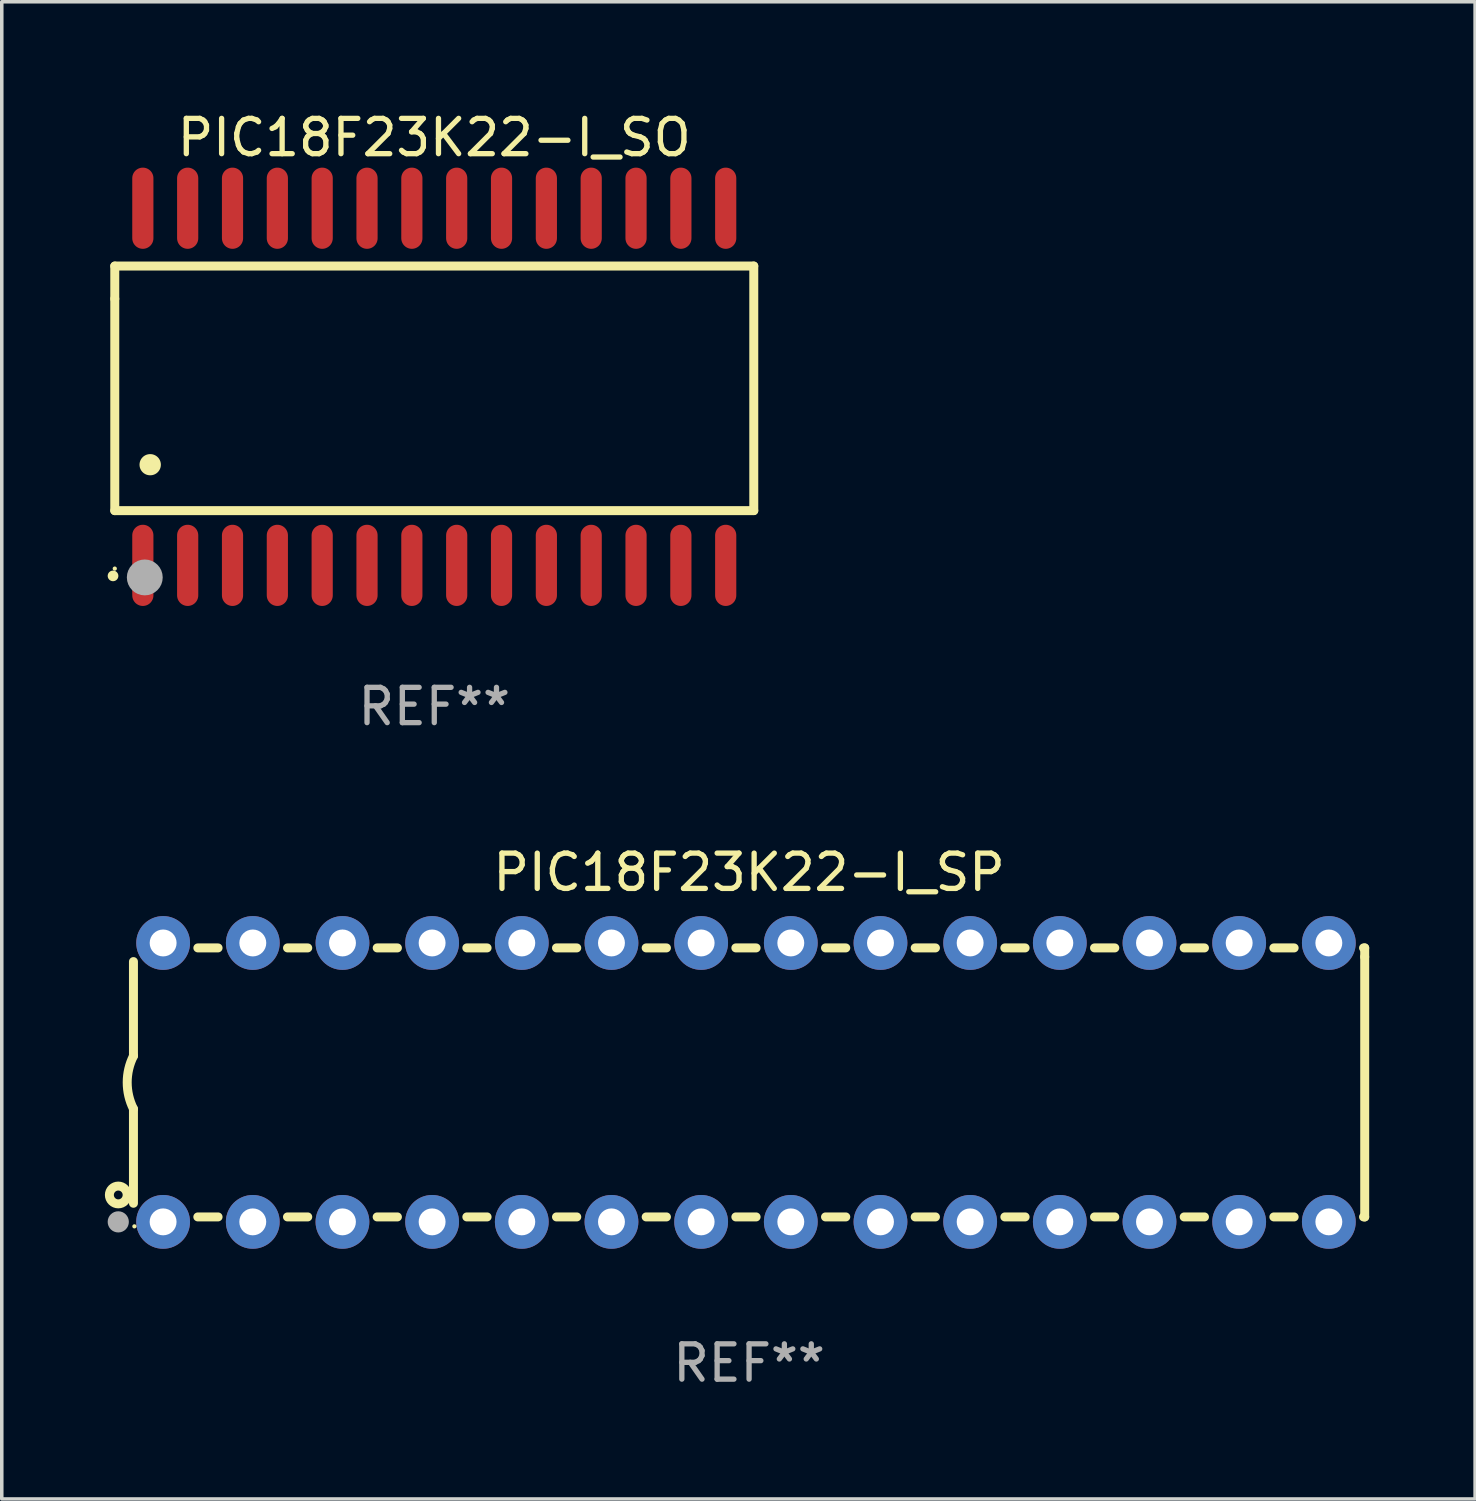
<source format=kicad_pcb>
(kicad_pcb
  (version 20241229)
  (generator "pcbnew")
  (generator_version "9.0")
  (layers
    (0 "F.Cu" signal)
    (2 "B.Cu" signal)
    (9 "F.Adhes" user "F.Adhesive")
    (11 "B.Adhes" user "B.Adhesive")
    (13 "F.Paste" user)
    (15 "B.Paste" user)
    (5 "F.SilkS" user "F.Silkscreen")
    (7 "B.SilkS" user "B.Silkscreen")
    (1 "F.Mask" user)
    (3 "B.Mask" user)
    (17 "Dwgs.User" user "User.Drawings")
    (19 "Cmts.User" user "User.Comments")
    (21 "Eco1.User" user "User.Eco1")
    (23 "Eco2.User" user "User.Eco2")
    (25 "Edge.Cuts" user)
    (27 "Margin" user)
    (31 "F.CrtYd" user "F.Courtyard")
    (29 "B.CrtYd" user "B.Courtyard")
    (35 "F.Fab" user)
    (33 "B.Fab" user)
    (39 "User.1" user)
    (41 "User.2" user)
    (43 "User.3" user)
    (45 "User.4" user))
  (footprint "PIC18F23K22-I_SO"
    (layer "F.Cu")
    (at 9.251 7.906)
    (property "Reference" "PIC18F23K22-I_SO" (at 0 -7.058 0) (layer "F.SilkS") (effects (font (size 1 1) (thickness 0.15))))
    (attr through_hole)
    (fp_line (start -9.05 -3.42) (end 9.05 -3.42) (stroke (width 0.254) (type solid)) (layer "F.SilkS"))
    (fp_line (start -9.05 -2.492) (end -9.05 -3.42) (stroke (width 0.254) (type solid)) (layer "F.SilkS"))
    (fp_line (start -9.05 3.508) (end -9.05 -2.492) (stroke (width 0.254) (type solid)) (layer "F.SilkS"))
    (fp_line (start 9.05 -3.42) (end 9.05 3.508) (stroke (width 0.254) (type solid)) (layer "F.SilkS"))
    (fp_line (start 9.05 3.508) (end -9.05 3.508) (stroke (width 0.254) (type solid)) (layer "F.SilkS"))
    (fp_arc (start -9.100838 5.35649) (mid -9.099568 5.356485) (end -9.098298 5.35649) (stroke (width 0.3) (type solid)) (layer "F.SilkS"))
    (fp_arc (start -8.049276 2.206883) (mid -8.046736 2.206872) (end -8.044196 2.206883) (stroke (width 0.6) (type solid)) (layer "F.SilkS"))
    (fp_circle (center -9.05 5.15) (end -9.02 5.15) (stroke (width 0.06) (type solid)) (fill no) (layer "F.SilkS"))
    (fp_circle (center -8.2 5.4) (end -7.946 5.4) (stroke (width 0.508) (type solid)) (fill no) (layer "F.Fab"))
    (fp_text user "REF**" (at 0 9.058 0) (layer "F.Fab") (effects (font (size 1 1) (thickness 0.15))))
    (pad "1" smd oval (at -8.255 5.058 180) (size 0.6 2.3) (layers "F.Cu" "F.Mask" "F.Paste"))
    (pad "2" smd oval (at -6.985 5.058 180) (size 0.6 2.3) (layers "F.Cu" "F.Mask" "F.Paste"))
    (pad "3" smd oval (at -5.715 5.058 180) (size 0.6 2.3) (layers "F.Cu" "F.Mask" "F.Paste"))
    (pad "4" smd oval (at -4.445 5.058 180) (size 0.6 2.3) (layers "F.Cu" "F.Mask" "F.Paste"))
    (pad "5" smd oval (at -3.175 5.058 180) (size 0.6 2.3) (layers "F.Cu" "F.Mask" "F.Paste"))
    (pad "6" smd oval (at -1.905 5.058 180) (size 0.6 2.3) (layers "F.Cu" "F.Mask" "F.Paste"))
    (pad "7" smd oval (at -0.635 5.058 180) (size 0.6 2.3) (layers "F.Cu" "F.Mask" "F.Paste"))
    (pad "8" smd oval (at 0.635 5.058 180) (size 0.6 2.3) (layers "F.Cu" "F.Mask" "F.Paste"))
    (pad "9" smd oval (at 1.905 5.058 180) (size 0.6 2.3) (layers "F.Cu" "F.Mask" "F.Paste"))
    (pad "10" smd oval (at 3.175 5.058 180) (size 0.6 2.3) (layers "F.Cu" "F.Mask" "F.Paste"))
    (pad "11" smd oval (at 4.445 5.058 180) (size 0.6 2.3) (layers "F.Cu" "F.Mask" "F.Paste"))
    (pad "12" smd oval (at 5.715 5.058 180) (size 0.6 2.3) (layers "F.Cu" "F.Mask" "F.Paste"))
    (pad "13" smd oval (at 6.985 5.058 180) (size 0.6 2.3) (layers "F.Cu" "F.Mask" "F.Paste"))
    (pad "14" smd oval (at 8.255 5.058 180) (size 0.6 2.3) (layers "F.Cu" "F.Mask" "F.Paste"))
    (pad "15" smd oval (at 8.255 -5.058 180) (size 0.6 2.3) (layers "F.Cu" "F.Mask" "F.Paste"))
    (pad "16" smd oval (at 6.985 -5.058 180) (size 0.6 2.3) (layers "F.Cu" "F.Mask" "F.Paste"))
    (pad "17" smd oval (at 5.715 -5.058 180) (size 0.6 2.3) (layers "F.Cu" "F.Mask" "F.Paste"))
    (pad "18" smd oval (at 4.445 -5.058 180) (size 0.6 2.3) (layers "F.Cu" "F.Mask" "F.Paste"))
    (pad "19" smd oval (at 3.175 -5.058 180) (size 0.6 2.3) (layers "F.Cu" "F.Mask" "F.Paste"))
    (pad "20" smd oval (at 1.905 -5.058 180) (size 0.6 2.3) (layers "F.Cu" "F.Mask" "F.Paste"))
    (pad "21" smd oval (at 0.635 -5.058 180) (size 0.6 2.3) (layers "F.Cu" "F.Mask" "F.Paste"))
    (pad "22" smd oval (at -0.635 -5.058 180) (size 0.6 2.3) (layers "F.Cu" "F.Mask" "F.Paste"))
    (pad "23" smd oval (at -1.905 -5.058 180) (size 0.6 2.3) (layers "F.Cu" "F.Mask" "F.Paste"))
    (pad "24" smd oval (at -3.175 -5.058 180) (size 0.6 2.3) (layers "F.Cu" "F.Mask" "F.Paste"))
    (pad "25" smd oval (at -4.445 -5.058 180) (size 0.6 2.3) (layers "F.Cu" "F.Mask" "F.Paste"))
    (pad "26" smd oval (at -5.715 -5.058 180) (size 0.6 2.3) (layers "F.Cu" "F.Mask" "F.Paste"))
    (pad "27" smd oval (at -6.985 -5.058 180) (size 0.6 2.3) (layers "F.Cu" "F.Mask" "F.Paste"))
    (pad "28" smd oval (at -8.255 -5.058 180) (size 0.6 2.3) (layers "F.Cu" "F.Mask" "F.Paste")))
  (footprint "PIC18F23K22-I_SP"
    (layer "F.Cu")
    (at 18.168 27.61)
    (property "Reference" "PIC18F23K22-I_SP" (at 0 -5.95 0) (layer "F.SilkS") (effects (font (size 1 1) (thickness 0.15))))
    (attr through_hole)
    (fp_line (start -17.438 0.75) (end -17.438 3.423) (stroke (width 0.254) (type solid)) (layer "F.SilkS"))
    (fp_line (start -17.438 -3.423) (end -17.438 -0.75) (stroke (width 0.254) (type solid)) (layer "F.SilkS"))
    (fp_line (start -15.615 3.81) (end -15.041 3.81) (stroke (width 0.254) (type solid)) (layer "F.SilkS"))
    (fp_line (start -15.041 -3.81) (end -15.614 -3.81) (stroke (width 0.254) (type solid)) (layer "F.SilkS"))
    (fp_line (start -13.075 3.81) (end -12.501 3.81) (stroke (width 0.254) (type solid)) (layer "F.SilkS"))
    (fp_line (start -12.501 -3.81) (end -13.074 -3.81) (stroke (width 0.254) (type solid)) (layer "F.SilkS"))
    (fp_line (start -10.535 3.81) (end -9.961 3.81) (stroke (width 0.254) (type solid)) (layer "F.SilkS"))
    (fp_line (start -9.961 -3.81) (end -10.534 -3.81) (stroke (width 0.254) (type solid)) (layer "F.SilkS"))
    (fp_line (start -7.995 3.81) (end -7.421 3.81) (stroke (width 0.254) (type solid)) (layer "F.SilkS"))
    (fp_line (start -7.421 -3.81) (end -7.995 -3.81) (stroke (width 0.254) (type solid)) (layer "F.SilkS"))
    (fp_line (start -5.455 3.81) (end -4.881 3.81) (stroke (width 0.254) (type solid)) (layer "F.SilkS"))
    (fp_line (start -4.881 -3.81) (end -5.455 -3.81) (stroke (width 0.254) (type solid)) (layer "F.SilkS"))
    (fp_line (start -2.915 3.81) (end -2.341 3.81) (stroke (width 0.254) (type solid)) (layer "F.SilkS"))
    (fp_line (start -2.341 -3.81) (end -2.915 -3.81) (stroke (width 0.254) (type solid)) (layer "F.SilkS"))
    (fp_line (start -0.375 3.81) (end 0.199 3.81) (stroke (width 0.254) (type solid)) (layer "F.SilkS"))
    (fp_line (start 0.199 -3.81) (end -0.375 -3.81) (stroke (width 0.254) (type solid)) (layer "F.SilkS"))
    (fp_line (start 2.165 3.81) (end 2.739 3.81) (stroke (width 0.254) (type solid)) (layer "F.SilkS"))
    (fp_line (start 2.739 -3.81) (end 2.165 -3.81) (stroke (width 0.254) (type solid)) (layer "F.SilkS"))
    (fp_line (start 4.705 3.81) (end 5.279 3.81) (stroke (width 0.254) (type solid)) (layer "F.SilkS"))
    (fp_line (start 5.279 -3.81) (end 4.705 -3.81) (stroke (width 0.254) (type solid)) (layer "F.SilkS"))
    (fp_line (start 7.245 3.81) (end 7.819 3.81) (stroke (width 0.254) (type solid)) (layer "F.SilkS"))
    (fp_line (start 7.819 -3.81) (end 7.245 -3.81) (stroke (width 0.254) (type solid)) (layer "F.SilkS"))
    (fp_line (start 9.785 3.81) (end 10.359 3.81) (stroke (width 0.254) (type solid)) (layer "F.SilkS"))
    (fp_line (start 10.359 -3.81) (end 9.785 -3.81) (stroke (width 0.254) (type solid)) (layer "F.SilkS"))
    (fp_line (start 12.325 3.81) (end 12.899 3.81) (stroke (width 0.254) (type solid)) (layer "F.SilkS"))
    (fp_line (start 12.899 -3.81) (end 12.325 -3.81) (stroke (width 0.254) (type solid)) (layer "F.SilkS"))
    (fp_line (start 14.865 3.81) (end 15.439 3.81) (stroke (width 0.254) (type solid)) (layer "F.SilkS"))
    (fp_line (start 15.439 -3.81) (end 14.865 -3.81) (stroke (width 0.254) (type solid)) (layer "F.SilkS"))
    (fp_line (start 17.405 3.81) (end 17.438 3.81) (stroke (width 0.254) (type solid)) (layer "F.SilkS"))
    (fp_line (start 17.438 -3.81) (end 17.405 -3.81) (stroke (width 0.254) (type solid)) (layer "F.SilkS"))
    (fp_line (start 17.438 -3.556) (end 17.438 -3.81) (stroke (width 0.254) (type solid)) (layer "F.SilkS"))
    (fp_line (start 17.438 3.81) (end 17.438 -3.556) (stroke (width 0.254) (type solid)) (layer "F.SilkS"))
    (fp_arc (start -17.437986 0.749657) (mid -17.614887 -0.000024) (end -17.437783 -0.749657) (stroke (width 0.254001) (type solid)) (layer "F.SilkS"))
    (fp_circle (center -17.868 3.188) (end -17.743 3.188) (stroke (width 0.254) (type solid)) (fill no) (layer "F.SilkS"))
    (fp_circle (center -17.411 4.077) (end -17.381 4.077) (stroke (width 0.06) (type solid)) (fill no) (layer "F.SilkS"))
    (fp_circle (center -17.868 3.95) (end -17.718 3.95) (stroke (width 0.3) (type solid)) (fill no) (layer "F.Fab"))
    (fp_text user "REF**" (at 0 7.95 0) (layer "F.Fab") (effects (font (size 1 1) (thickness 0.15))))
    (pad "1" thru_hole circle (at -16.598 3.95) (size 1.524 1.524) (drill 0.762) (layers "*.Cu" "*.Mask"))
    (pad "2" thru_hole circle (at -14.058 3.95) (size 1.524 1.524) (drill 0.762) (layers "*.Cu" "*.Mask"))
    (pad "3" thru_hole circle (at -11.518 3.95) (size 1.524 1.524) (drill 0.762) (layers "*.Cu" "*.Mask"))
    (pad "4" thru_hole circle (at -8.978 3.95) (size 1.524 1.524) (drill 0.762) (layers "*.Cu" "*.Mask"))
    (pad "5" thru_hole circle (at -6.438 3.95) (size 1.524 1.524) (drill 0.762) (layers "*.Cu" "*.Mask"))
    (pad "6" thru_hole circle (at -3.898 3.95) (size 1.524 1.524) (drill 0.762) (layers "*.Cu" "*.Mask"))
    (pad "7" thru_hole circle (at -1.358 3.95) (size 1.524 1.524) (drill 0.762) (layers "*.Cu" "*.Mask"))
    (pad "8" thru_hole circle (at 1.182 3.95) (size 1.524 1.524) (drill 0.762) (layers "*.Cu" "*.Mask"))
    (pad "9" thru_hole circle (at 3.722 3.95) (size 1.524 1.524) (drill 0.762) (layers "*.Cu" "*.Mask"))
    (pad "10" thru_hole circle (at 6.262 3.95) (size 1.524 1.524) (drill 0.762) (layers "*.Cu" "*.Mask"))
    (pad "11" thru_hole circle (at 8.802 3.95) (size 1.524 1.524) (drill 0.762) (layers "*.Cu" "*.Mask"))
    (pad "12" thru_hole circle (at 11.342 3.95) (size 1.524 1.524) (drill 0.762) (layers "*.Cu" "*.Mask"))
    (pad "13" thru_hole circle (at 13.882 3.95) (size 1.524 1.524) (drill 0.762) (layers "*.Cu" "*.Mask"))
    (pad "14" thru_hole circle (at 16.422 3.95) (size 1.524 1.524) (drill 0.762) (layers "*.Cu" "*.Mask"))
    (pad "15" thru_hole circle (at 16.422 -3.95) (size 1.524 1.524) (drill 0.762) (layers "*.Cu" "*.Mask"))
    (pad "16" thru_hole circle (at 13.882 -3.95) (size 1.524 1.524) (drill 0.762) (layers "*.Cu" "*.Mask"))
    (pad "17" thru_hole circle (at 11.342 -3.95) (size 1.524 1.524) (drill 0.762) (layers "*.Cu" "*.Mask"))
    (pad "18" thru_hole circle (at 8.802 -3.95) (size 1.524 1.524) (drill 0.762) (layers "*.Cu" "*.Mask"))
    (pad "19" thru_hole circle (at 6.262 -3.95) (size 1.524 1.524) (drill 0.762) (layers "*.Cu" "*.Mask"))
    (pad "20" thru_hole circle (at 3.722 -3.95) (size 1.524 1.524) (drill 0.762) (layers "*.Cu" "*.Mask"))
    (pad "21" thru_hole circle (at 1.182 -3.95) (size 1.524 1.524) (drill 0.762) (layers "*.Cu" "*.Mask"))
    (pad "22" thru_hole circle (at -1.358 -3.95) (size 1.524 1.524) (drill 0.762) (layers "*.Cu" "*.Mask"))
    (pad "23" thru_hole circle (at -3.898 -3.95) (size 1.524 1.524) (drill 0.762) (layers "*.Cu" "*.Mask"))
    (pad "24" thru_hole circle (at -6.438 -3.95) (size 1.524 1.524) (drill 0.762) (layers "*.Cu" "*.Mask"))
    (pad "25" thru_hole circle (at -8.978 -3.95) (size 1.524 1.524) (drill 0.762) (layers "*.Cu" "*.Mask"))
    (pad "26" thru_hole circle (at -11.517 -3.95) (size 1.524 1.524) (drill 0.762) (layers "*.Cu" "*.Mask"))
    (pad "27" thru_hole circle (at -14.057 -3.95) (size 1.524 1.524) (drill 0.762) (layers "*.Cu" "*.Mask"))
    (pad "28" thru_hole circle (at -16.597 -3.95) (size 1.524 1.524) (drill 0.762) (layers "*.Cu" "*.Mask")))
  (gr_rect
    (start -3 -3)
    (end 38.733 39.408)
    (stroke (width 0.1) (type default))
    (fill no)
    (layer "Edge.Cuts")))
</source>
